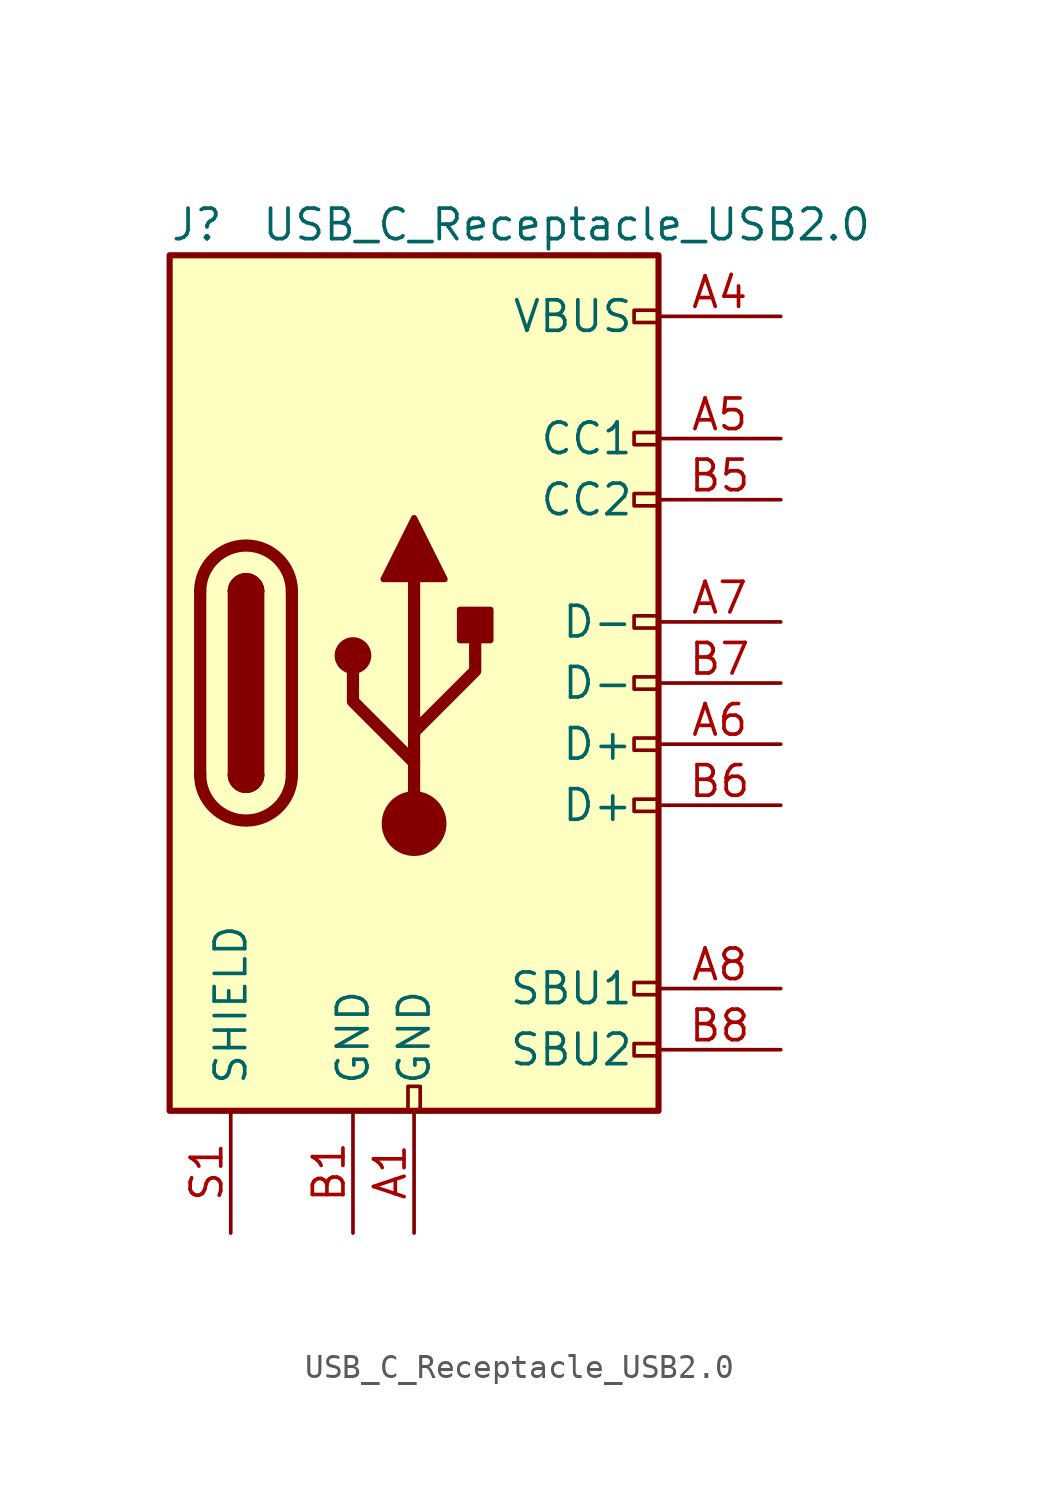
<source format=kicad_sym>
(kicad_symbol_lib
  (version 20220914)
  (generator kicad_symbol_editor)
  (symbol "USB_C_Receptacle_USB2.0"
    (pin_names
      (offset 1.016))
    (property "Reference" "J"
      (at -10.16 19.05 0)
      (effects (font (size 1.27 1.27)) (justify left)))
    (property "Value" "USB_C_Receptacle_USB2.0"
      (at 19.05 19.05 0)
      (effects (font (size 1.27 1.27)) (justify right)))
    (symbol "USB_C_Receptacle_USB2.0_0_0"
      (rectangle (start -0.254 -17.78) (end 0.254 -16.764) (stroke (width 0) (type default)) (fill (type none)))
      (rectangle (start 10.16 -14.986) (end 9.144 -15.494) (stroke (width 0) (type default)) (fill (type none)))
      (rectangle (start 10.16 -12.446) (end 9.144 -12.954) (stroke (width 0) (type default)) (fill (type none)))
      (rectangle (start 10.16 -4.826) (end 9.144 -5.334) (stroke (width 0) (type default)) (fill (type none)))
      (rectangle (start 10.16 -2.286) (end 9.144 -2.794) (stroke (width 0) (type default)) (fill (type none)))
      (rectangle (start 10.16 0.254) (end 9.144 -0.254) (stroke (width 0) (type default)) (fill (type none)))
      (rectangle (start 10.16 2.794) (end 9.144 2.286) (stroke (width 0) (type default)) (fill (type none)))
      (rectangle (start 10.16 7.874) (end 9.144 7.366) (stroke (width 0) (type default)) (fill (type none)))
      (rectangle (start 10.16 10.414) (end 9.144 9.906) (stroke (width 0) (type default)) (fill (type none)))
      (rectangle (start 10.16 15.494) (end 9.144 14.986) (stroke (width 0) (type default)) (fill (type none))))
    (symbol "USB_C_Receptacle_USB2.0_0_1"
      (rectangle (start -10.16 17.78) (end 10.16 -17.78) (stroke (width 0.254) (type default)) (fill (type background)))
      (arc (start -8.89 -3.81) (mid -6.985 -5.7067) (end -5.08 -3.81) (stroke (width 0.508) (type default)) (fill (type none)))
      (arc (start -7.62 -3.81) (mid -6.985 -4.4423) (end -6.35 -3.81) (stroke (width 0.254) (type default)) (fill (type none)))
      (arc (start -7.62 -3.81) (mid -6.985 -4.4423) (end -6.35 -3.81) (stroke (width 0.254) (type default)) (fill (type outline)))
      (rectangle (start -7.62 -3.81) (end -6.35 3.81) (stroke (width 0.254) (type default)) (fill (type outline)))
      (arc (start -6.35 3.81) (mid -6.985 4.4423) (end -7.62 3.81) (stroke (width 0.254) (type default)) (fill (type none)))
      (arc (start -6.35 3.81) (mid -6.985 4.4423) (end -7.62 3.81) (stroke (width 0.254) (type default)) (fill (type outline)))
      (arc (start -5.08 3.81) (mid -6.985 5.7067) (end -8.89 3.81) (stroke (width 0.508) (type default)) (fill (type none)))
      (circle (center -2.54 1.143) (radius 0.635) (stroke (width 0.254) (type default)) (fill (type outline)))
      (circle (center 0 -5.842) (radius 1.27) (stroke (width 0) (type default)) (fill (type outline)))
      (polyline (pts (xy -8.89 -3.81) (xy -8.89 3.81)) (stroke (width 0.508) (type default)) (fill (type none)))
      (polyline (pts (xy -5.08 3.81) (xy -5.08 -3.81)) (stroke (width 0.508) (type default)) (fill (type none)))
      (polyline (pts (xy 0 -5.842) (xy 0 4.318)) (stroke (width 0.508) (type default)) (fill (type none)))
      (polyline (pts (xy 0 -3.302) (xy -2.54 -0.762) (xy -2.54 0.508)) (stroke (width 0.508) (type default)) (fill (type none)))
      (polyline (pts (xy 0 -2.032) (xy 2.54 0.508) (xy 2.54 1.778)) (stroke (width 0.508) (type default)) (fill (type none)))
      (polyline (pts (xy -1.27 4.318) (xy 0 6.858) (xy 1.27 4.318) (xy -1.27 4.318)) (stroke (width 0.254) (type default)) (fill (type outline)))
      (rectangle (start 1.905 1.778) (end 3.175 3.048) (stroke (width 0.254) (type default)) (fill (type outline))))
    (symbol "USB_C_Receptacle_USB2.0_1_1"
      (pin passive line (at 0 -22.86 90) (length 5.08) (name "GND" (effects (font (size 1.27 1.27)))) (number "A1" (effects (font (size 1.27 1.27)))))
      (pin passive line (at 0 -22.86 90) (length 5.08) hide (name "GND" (effects (font (size 1.27 1.27)))) (number "A12" (effects (font (size 1.27 1.27)))))
      (pin passive line (at 15.24 15.24 180) (length 5.08) (name "VBUS" (effects (font (size 1.27 1.27)))) (number "A4" (effects (font (size 1.27 1.27)))))
      (pin bidirectional line (at 15.24 10.16 180) (length 5.08) (name "CC1" (effects (font (size 1.27 1.27)))) (number "A5" (effects (font (size 1.27 1.27)))))
      (pin bidirectional line (at 15.24 -2.54 180) (length 5.08) (name "D+" (effects (font (size 1.27 1.27)))) (number "A6" (effects (font (size 1.27 1.27)))))
      (pin bidirectional line (at 15.24 2.54 180) (length 5.08) (name "D-" (effects (font (size 1.27 1.27)))) (number "A7" (effects (font (size 1.27 1.27)))))
      (pin bidirectional line (at 15.24 -12.7 180) (length 5.08) (name "SBU1" (effects (font (size 1.27 1.27)))) (number "A8" (effects (font (size 1.27 1.27)))))
      (pin passive line (at 15.24 15.24 180) (length 5.08) hide (name "VBUS" (effects (font (size 1.27 1.27)))) (number "A9" (effects (font (size 1.27 1.27)))))
      (pin passive line (at -2.54 -22.86 90) (length 5.08) (name "GND" (effects (font (size 1.27 1.27)))) (number "B1" (effects (font (size 1.27 1.27)))))
      (pin passive line (at 0 -22.86 90) (length 5.08) hide (name "GND" (effects (font (size 1.27 1.27)))) (number "B1" (effects (font (size 1.27 1.27)))))
      (pin passive line (at 0 -22.86 90) (length 5.08) hide (name "GND" (effects (font (size 1.27 1.27)))) (number "B12" (effects (font (size 1.27 1.27)))))
      (pin passive line (at 15.24 15.24 180) (length 5.08) hide (name "VBUS" (effects (font (size 1.27 1.27)))) (number "B4" (effects (font (size 1.27 1.27)))))
      (pin bidirectional line (at 15.24 7.62 180) (length 5.08) (name "CC2" (effects (font (size 1.27 1.27)))) (number "B5" (effects (font (size 1.27 1.27)))))
      (pin bidirectional line (at 15.24 -5.08 180) (length 5.08) (name "D+" (effects (font (size 1.27 1.27)))) (number "B6" (effects (font (size 1.27 1.27)))))
      (pin bidirectional line (at 15.24 0 180) (length 5.08) (name "D-" (effects (font (size 1.27 1.27)))) (number "B7" (effects (font (size 1.27 1.27)))))
      (pin bidirectional line (at 15.24 -15.24 180) (length 5.08) (name "SBU2" (effects (font (size 1.27 1.27)))) (number "B8" (effects (font (size 1.27 1.27)))))
      (pin passive line (at 15.24 15.24 180) (length 5.08) hide (name "VBUS" (effects (font (size 1.27 1.27)))) (number "B9" (effects (font (size 1.27 1.27)))))
      (pin passive line (at -7.62 -22.86 90) (length 5.08) (name "SHIELD" (effects (font (size 1.27 1.27)))) (number "S1" (effects (font (size 1.27 1.27))))))))
</source>
